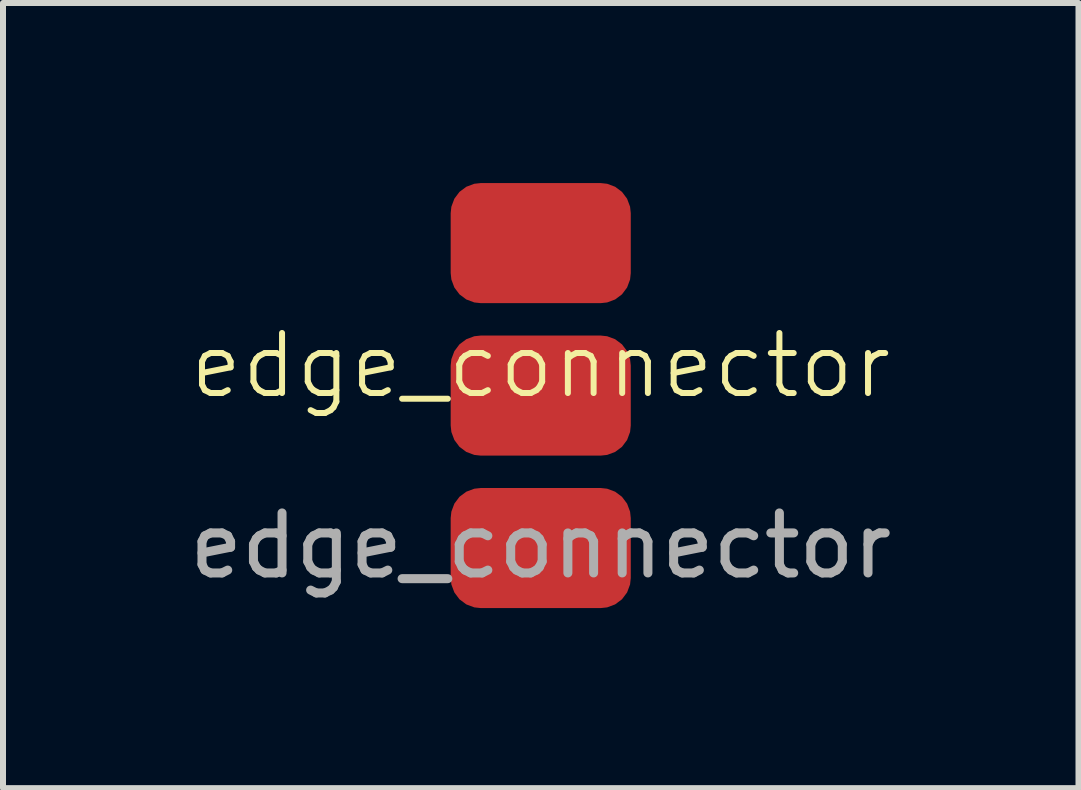
<source format=kicad_pcb>
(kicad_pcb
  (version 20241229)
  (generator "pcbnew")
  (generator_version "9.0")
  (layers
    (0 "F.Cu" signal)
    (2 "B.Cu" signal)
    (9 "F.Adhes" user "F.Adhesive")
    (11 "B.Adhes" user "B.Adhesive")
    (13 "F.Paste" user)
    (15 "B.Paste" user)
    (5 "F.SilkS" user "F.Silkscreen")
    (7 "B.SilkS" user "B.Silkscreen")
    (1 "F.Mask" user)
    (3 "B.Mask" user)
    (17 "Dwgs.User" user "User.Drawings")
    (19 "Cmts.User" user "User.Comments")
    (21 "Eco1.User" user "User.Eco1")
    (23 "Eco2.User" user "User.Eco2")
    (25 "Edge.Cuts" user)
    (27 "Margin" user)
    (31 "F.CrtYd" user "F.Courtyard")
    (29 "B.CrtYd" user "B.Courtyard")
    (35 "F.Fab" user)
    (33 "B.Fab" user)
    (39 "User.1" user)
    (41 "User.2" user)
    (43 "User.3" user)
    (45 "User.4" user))
  (footprint "edge_connector"
    (layer "F.Cu")
    (at 5.958 3.54)
    (property "Reference" "edge_connector" (at 0 -0.5 0) (unlocked yes) (layer "F.SilkS") (effects (font (size 1 1) (thickness 0.1))))
    (attr smd)
    (fp_text user "${REFERENCE}" (at 0 2.5 0) (unlocked yes) (layer "F.Fab") (effects (font (size 1 1) (thickness 0.15))))
    (pad "1" smd roundrect (at 0 -2.54) (size 3 2) (layers "F.Cu" "F.Mask") (roundrect_rratio 0.25))
    (pad "2" smd roundrect (at 0 0) (size 3 2) (layers "F.Cu" "F.Mask") (roundrect_rratio 0.25))
    (pad "3" smd roundrect (at 0 2.54) (size 3 2) (layers "F.Cu" "F.Mask") (roundrect_rratio 0.25)))
  (gr_rect
    (start -3 -3)
    (end 14.917 10.08)
    (stroke (width 0.1) (type default))
    (fill no)
    (layer "Edge.Cuts")))
</source>
